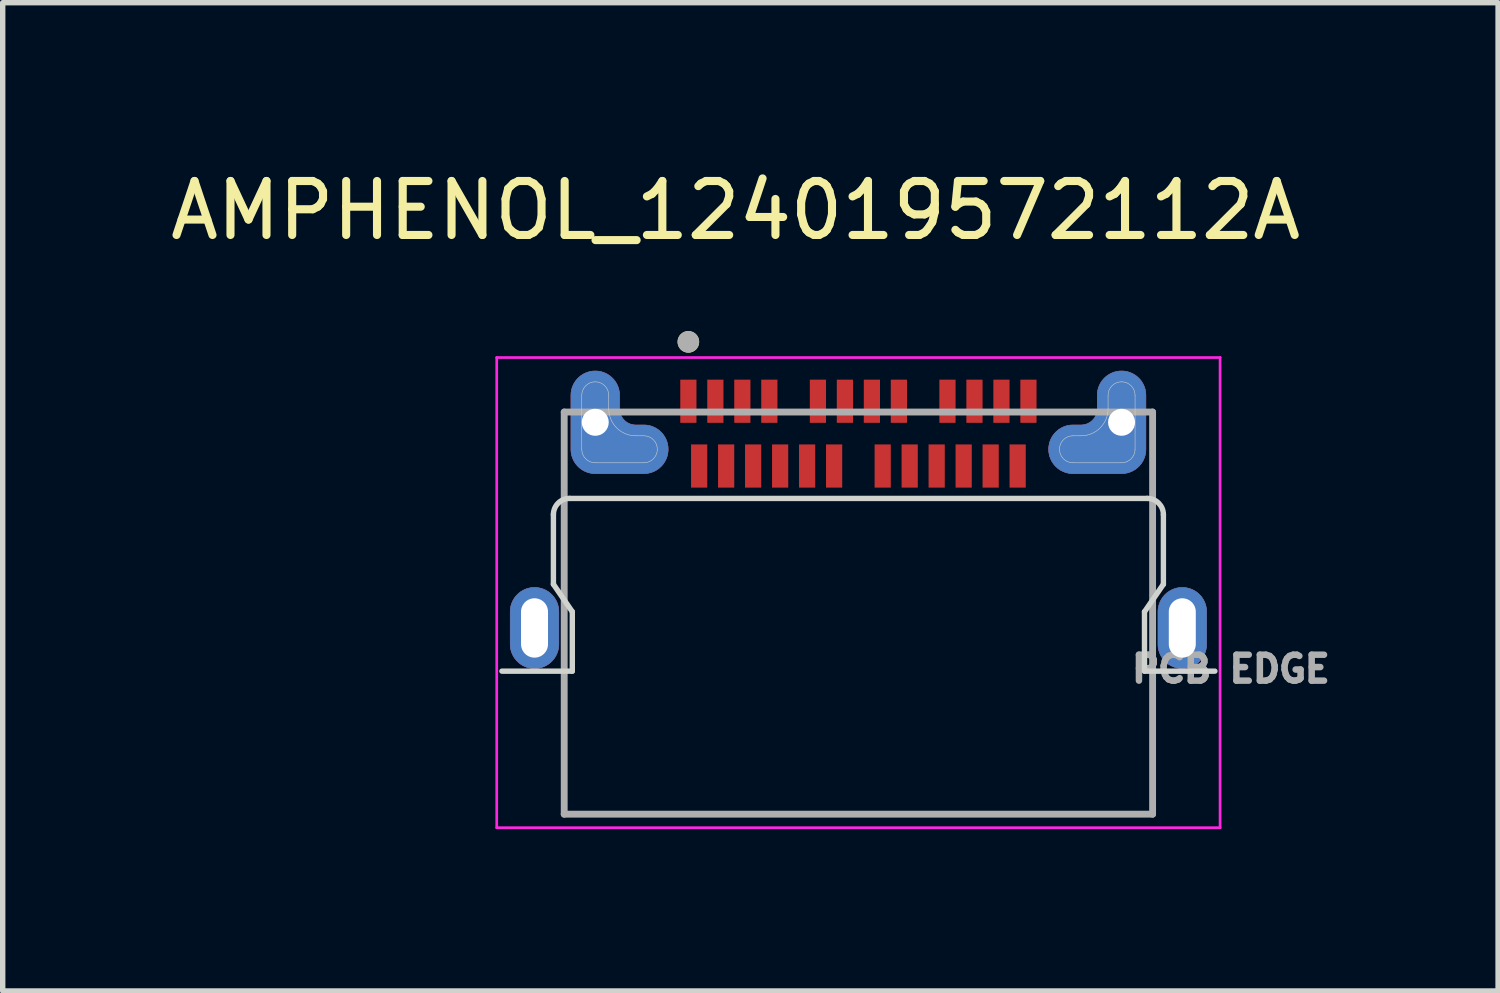
<source format=kicad_pcb>
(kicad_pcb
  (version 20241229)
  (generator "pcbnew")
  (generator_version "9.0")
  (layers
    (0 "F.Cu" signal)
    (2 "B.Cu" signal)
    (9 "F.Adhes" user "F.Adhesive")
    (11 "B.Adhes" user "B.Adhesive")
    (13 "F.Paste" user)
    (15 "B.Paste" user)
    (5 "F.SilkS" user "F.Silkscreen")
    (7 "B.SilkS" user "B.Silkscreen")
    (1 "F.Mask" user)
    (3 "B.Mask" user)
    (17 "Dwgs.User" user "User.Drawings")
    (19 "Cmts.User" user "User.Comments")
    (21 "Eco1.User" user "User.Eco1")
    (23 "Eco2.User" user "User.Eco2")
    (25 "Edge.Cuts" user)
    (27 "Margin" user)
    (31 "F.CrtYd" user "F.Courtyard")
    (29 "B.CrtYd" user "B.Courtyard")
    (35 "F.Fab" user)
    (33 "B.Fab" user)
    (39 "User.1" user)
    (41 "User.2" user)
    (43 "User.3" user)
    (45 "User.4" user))
  (footprint "AMPHENOL_124019572112A"
    (layer "F.Cu")
    (at 12.852 8.583)
    (property "Reference" "AMPHENOL_124019572112A" (at -2.275 -7.735 0) (layer "F.SilkS") (effects (font (size 1 1) (thickness 0.15))))
    (attr smd)
    (fp_poly (pts (xy -6 0.75) (xy -6.024 0.749) (xy -6.047 0.748) (xy -6.07 0.744) (xy -6.094 0.74) (xy -6.116 0.735) (xy -6.139 0.728) (xy -6.161 0.72) (xy -6.183 0.711) (xy -6.204 0.701) (xy -6.225 0.69) (xy -6.245 0.677) (xy -6.265 0.664) (xy -6.283 0.65) (xy -6.301 0.634) (xy -6.318 0.618) (xy -6.334 0.601) (xy -6.35 0.583) (xy -6.364 0.565) (xy -6.377 0.545) (xy -6.39 0.525) (xy -6.401 0.504) (xy -6.411 0.483) (xy -6.42 0.461) (xy -6.428 0.439) (xy -6.435 0.416) (xy -6.44 0.394) (xy -6.444 0.37) (xy -6.448 0.347) (xy -6.449 0.324) (xy -6.45 0.3) (xy -6.45 -0.3) (xy -6.449 -0.324) (xy -6.448 -0.347) (xy -6.444 -0.37) (xy -6.44 -0.394) (xy -6.435 -0.416) (xy -6.428 -0.439) (xy -6.42 -0.461) (xy -6.411 -0.483) (xy -6.401 -0.504) (xy -6.39 -0.525) (xy -6.377 -0.545) (xy -6.364 -0.565) (xy -6.35 -0.583) (xy -6.334 -0.601) (xy -6.318 -0.618) (xy -6.301 -0.634) (xy -6.283 -0.65) (xy -6.265 -0.664) (xy -6.245 -0.677) (xy -6.225 -0.69) (xy -6.204 -0.701) (xy -6.183 -0.711) (xy -6.161 -0.72) (xy -6.139 -0.728) (xy -6.116 -0.735) (xy -6.094 -0.74) (xy -6.07 -0.744) (xy -6.047 -0.748) (xy -6.024 -0.749) (xy -6 -0.75) (xy -5.976 -0.749) (xy -5.953 -0.748) (xy -5.93 -0.744) (xy -5.906 -0.74) (xy -5.884 -0.735) (xy -5.861 -0.728) (xy -5.839 -0.72) (xy -5.817 -0.711) (xy -5.796 -0.701) (xy -5.775 -0.69) (xy -5.755 -0.677) (xy -5.735 -0.664) (xy -5.717 -0.65) (xy -5.699 -0.634) (xy -5.682 -0.618) (xy -5.666 -0.601) (xy -5.65 -0.583) (xy -5.636 -0.565) (xy -5.623 -0.545) (xy -5.61 -0.525) (xy -5.599 -0.504) (xy -5.589 -0.483) (xy -5.58 -0.461) (xy -5.572 -0.439) (xy -5.565 -0.416) (xy -5.56 -0.394) (xy -5.556 -0.37) (xy -5.552 -0.347) (xy -5.551 -0.324) (xy -5.55 -0.3) (xy -5.55 0.3) (xy -5.551 0.324) (xy -5.552 0.347) (xy -5.556 0.37) (xy -5.56 0.394) (xy -5.565 0.416) (xy -5.572 0.439) (xy -5.58 0.461) (xy -5.589 0.483) (xy -5.599 0.504) (xy -5.61 0.525) (xy -5.623 0.545) (xy -5.636 0.565) (xy -5.65 0.583) (xy -5.666 0.601) (xy -5.682 0.618) (xy -5.699 0.634) (xy -5.717 0.65) (xy -5.735 0.664) (xy -5.755 0.677) (xy -5.775 0.69) (xy -5.796 0.701) (xy -5.817 0.711) (xy -5.839 0.72) (xy -5.861 0.728) (xy -5.884 0.735) (xy -5.906 0.74) (xy -5.93 0.744) (xy -5.953 0.748) (xy -5.976 0.749) (xy -6 0.75)) (stroke (width 0.01) (type solid)) (fill yes) (layer "F.Cu"))
    (fp_poly (pts (xy 6 0.75) (xy 5.976 0.749) (xy 5.953 0.748) (xy 5.93 0.744) (xy 5.906 0.74) (xy 5.884 0.735) (xy 5.861 0.728) (xy 5.839 0.72) (xy 5.817 0.711) (xy 5.796 0.701) (xy 5.775 0.69) (xy 5.755 0.677) (xy 5.735 0.664) (xy 5.717 0.65) (xy 5.699 0.634) (xy 5.682 0.618) (xy 5.666 0.601) (xy 5.65 0.583) (xy 5.636 0.565) (xy 5.623 0.545) (xy 5.61 0.525) (xy 5.599 0.504) (xy 5.589 0.483) (xy 5.58 0.461) (xy 5.572 0.439) (xy 5.565 0.416) (xy 5.56 0.394) (xy 5.556 0.37) (xy 5.552 0.347) (xy 5.551 0.324) (xy 5.55 0.3) (xy 5.55 -0.3) (xy 5.551 -0.324) (xy 5.552 -0.347) (xy 5.556 -0.37) (xy 5.56 -0.394) (xy 5.565 -0.416) (xy 5.572 -0.439) (xy 5.58 -0.461) (xy 5.589 -0.483) (xy 5.599 -0.504) (xy 5.61 -0.525) (xy 5.623 -0.545) (xy 5.636 -0.565) (xy 5.65 -0.583) (xy 5.666 -0.601) (xy 5.682 -0.618) (xy 5.699 -0.634) (xy 5.717 -0.65) (xy 5.735 -0.664) (xy 5.755 -0.677) (xy 5.775 -0.69) (xy 5.796 -0.701) (xy 5.817 -0.711) (xy 5.839 -0.72) (xy 5.861 -0.728) (xy 5.884 -0.735) (xy 5.906 -0.74) (xy 5.93 -0.744) (xy 5.953 -0.748) (xy 5.976 -0.749) (xy 6 -0.75) (xy 6.024 -0.749) (xy 6.047 -0.748) (xy 6.07 -0.744) (xy 6.094 -0.74) (xy 6.116 -0.735) (xy 6.139 -0.728) (xy 6.161 -0.72) (xy 6.183 -0.711) (xy 6.204 -0.701) (xy 6.225 -0.69) (xy 6.245 -0.677) (xy 6.265 -0.664) (xy 6.283 -0.65) (xy 6.301 -0.634) (xy 6.318 -0.618) (xy 6.334 -0.601) (xy 6.35 -0.583) (xy 6.364 -0.565) (xy 6.377 -0.545) (xy 6.39 -0.525) (xy 6.401 -0.504) (xy 6.411 -0.483) (xy 6.42 -0.461) (xy 6.428 -0.439) (xy 6.435 -0.416) (xy 6.44 -0.394) (xy 6.444 -0.37) (xy 6.448 -0.347) (xy 6.449 -0.324) (xy 6.45 -0.3) (xy 6.45 0.3) (xy 6.449 0.324) (xy 6.448 0.347) (xy 6.444 0.37) (xy 6.44 0.394) (xy 6.435 0.416) (xy 6.428 0.439) (xy 6.42 0.461) (xy 6.411 0.483) (xy 6.401 0.504) (xy 6.39 0.525) (xy 6.377 0.545) (xy 6.364 0.565) (xy 6.35 0.583) (xy 6.334 0.601) (xy 6.318 0.618) (xy 6.301 0.634) (xy 6.283 0.65) (xy 6.265 0.664) (xy 6.245 0.677) (xy 6.225 0.69) (xy 6.204 0.701) (xy 6.183 0.711) (xy 6.161 0.72) (xy 6.139 0.728) (xy 6.116 0.735) (xy 6.094 0.74) (xy 6.07 0.744) (xy 6.047 0.748) (xy 6.024 0.749) (xy 6 0.75)) (stroke (width 0.01) (type solid)) (fill yes) (layer "F.Cu"))
    (fp_poly (pts (xy -3.525 -3.31) (xy -3.526 -3.334) (xy -3.527 -3.357) (xy -3.531 -3.38) (xy -3.535 -3.404) (xy -3.54 -3.426) (xy -3.547 -3.449) (xy -3.555 -3.471) (xy -3.564 -3.493) (xy -3.574 -3.514) (xy -3.585 -3.535) (xy -3.598 -3.555) (xy -3.611 -3.575) (xy -3.625 -3.593) (xy -3.641 -3.611) (xy -3.657 -3.628) (xy -3.674 -3.644) (xy -3.692 -3.66) (xy -3.71 -3.674) (xy -3.73 -3.687) (xy -3.75 -3.7) (xy -3.771 -3.711) (xy -3.792 -3.721) (xy -3.814 -3.73) (xy -3.836 -3.738) (xy -3.859 -3.745) (xy -3.881 -3.75) (xy -3.905 -3.754) (xy -3.928 -3.758) (xy -3.951 -3.759) (xy -3.975 -3.76) (xy -4.125 -3.76) (xy -4.141 -3.76) (xy -4.156 -3.762) (xy -4.172 -3.764) (xy -4.187 -3.767) (xy -4.203 -3.77) (xy -4.218 -3.775) (xy -4.233 -3.78) (xy -4.247 -3.786) (xy -4.261 -3.793) (xy -4.275 -3.8) (xy -4.288 -3.808) (xy -4.301 -3.817) (xy -4.314 -3.827) (xy -4.326 -3.837) (xy -4.337 -3.848) (xy -4.348 -3.859) (xy -4.358 -3.871) (xy -4.368 -3.884) (xy -4.377 -3.897) (xy -4.385 -3.91) (xy -4.392 -3.924) (xy -4.399 -3.938) (xy -4.405 -3.952) (xy -4.41 -3.967) (xy -4.415 -3.982) (xy -4.418 -3.998) (xy -4.421 -4.013) (xy -4.423 -4.029) (xy -4.425 -4.044) (xy -4.425 -4.06) (xy -4.425 -4.31) (xy -4.426 -4.334) (xy -4.427 -4.357) (xy -4.431 -4.38) (xy -4.435 -4.404) (xy -4.44 -4.426) (xy -4.447 -4.449) (xy -4.455 -4.471) (xy -4.464 -4.493) (xy -4.474 -4.514) (xy -4.485 -4.535) (xy -4.498 -4.555) (xy -4.511 -4.575) (xy -4.525 -4.593) (xy -4.541 -4.611) (xy -4.557 -4.628) (xy -4.574 -4.644) (xy -4.592 -4.66) (xy -4.61 -4.674) (xy -4.63 -4.687) (xy -4.65 -4.7) (xy -4.671 -4.711) (xy -4.692 -4.721) (xy -4.714 -4.73) (xy -4.736 -4.738) (xy -4.759 -4.745) (xy -4.781 -4.75) (xy -4.805 -4.754) (xy -4.828 -4.758) (xy -4.851 -4.759) (xy -4.875 -4.76) (xy -4.899 -4.759) (xy -4.922 -4.758) (xy -4.945 -4.754) (xy -4.969 -4.75) (xy -4.991 -4.745) (xy -5.014 -4.738) (xy -5.036 -4.73) (xy -5.058 -4.721) (xy -5.079 -4.711) (xy -5.1 -4.7) (xy -5.12 -4.687) (xy -5.14 -4.674) (xy -5.158 -4.66) (xy -5.176 -4.644) (xy -5.193 -4.628) (xy -5.209 -4.611) (xy -5.225 -4.593) (xy -5.239 -4.575) (xy -5.252 -4.555) (xy -5.265 -4.535) (xy -5.276 -4.514) (xy -5.286 -4.493) (xy -5.295 -4.471) (xy -5.303 -4.449) (xy -5.31 -4.426) (xy -5.315 -4.404) (xy -5.319 -4.38) (xy -5.323 -4.357) (xy -5.324 -4.334) (xy -5.325 -4.31) (xy -5.325 -3.31) (xy -5.324 -3.286) (xy -5.323 -3.263) (xy -5.319 -3.24) (xy -5.315 -3.216) (xy -5.31 -3.194) (xy -5.303 -3.171) (xy -5.295 -3.149) (xy -5.286 -3.127) (xy -5.276 -3.106) (xy -5.265 -3.085) (xy -5.252 -3.065) (xy -5.239 -3.045) (xy -5.225 -3.027) (xy -5.209 -3.009) (xy -5.193 -2.992) (xy -5.176 -2.976) (xy -5.158 -2.96) (xy -5.14 -2.946) (xy -5.12 -2.933) (xy -5.1 -2.92) (xy -5.079 -2.909) (xy -5.058 -2.899) (xy -5.036 -2.89) (xy -5.014 -2.882) (xy -4.991 -2.875) (xy -4.969 -2.87) (xy -4.945 -2.866) (xy -4.922 -2.862) (xy -4.899 -2.861) (xy -4.875 -2.86) (xy -3.975 -2.86) (xy -3.951 -2.861) (xy -3.928 -2.862) (xy -3.905 -2.866) (xy -3.881 -2.87) (xy -3.859 -2.875) (xy -3.836 -2.882) (xy -3.814 -2.89) (xy -3.792 -2.899) (xy -3.771 -2.909) (xy -3.75 -2.92) (xy -3.73 -2.933) (xy -3.71 -2.946) (xy -3.692 -2.96) (xy -3.674 -2.976) (xy -3.657 -2.992) (xy -3.641 -3.009) (xy -3.625 -3.027) (xy -3.611 -3.045) (xy -3.598 -3.065) (xy -3.585 -3.085) (xy -3.574 -3.106) (xy -3.564 -3.127) (xy -3.555 -3.149) (xy -3.547 -3.171) (xy -3.54 -3.194) (xy -3.535 -3.216) (xy -3.531 -3.24) (xy -3.527 -3.263) (xy -3.526 -3.286) (xy -3.525 -3.31)) (stroke (width 0.01) (type solid)) (fill yes) (layer "F.Cu"))
    (fp_poly (pts (xy 3.525 -3.31) (xy 3.526 -3.334) (xy 3.527 -3.357) (xy 3.531 -3.38) (xy 3.535 -3.404) (xy 3.54 -3.426) (xy 3.547 -3.449) (xy 3.555 -3.471) (xy 3.564 -3.493) (xy 3.574 -3.514) (xy 3.585 -3.535) (xy 3.598 -3.555) (xy 3.611 -3.575) (xy 3.625 -3.593) (xy 3.641 -3.611) (xy 3.657 -3.628) (xy 3.674 -3.644) (xy 3.692 -3.66) (xy 3.71 -3.674) (xy 3.73 -3.687) (xy 3.75 -3.7) (xy 3.771 -3.711) (xy 3.792 -3.721) (xy 3.814 -3.73) (xy 3.836 -3.738) (xy 3.859 -3.745) (xy 3.881 -3.75) (xy 3.905 -3.754) (xy 3.928 -3.758) (xy 3.951 -3.759) (xy 3.975 -3.76) (xy 4.125 -3.76) (xy 4.141 -3.76) (xy 4.156 -3.762) (xy 4.172 -3.764) (xy 4.187 -3.767) (xy 4.203 -3.77) (xy 4.218 -3.775) (xy 4.233 -3.78) (xy 4.247 -3.786) (xy 4.261 -3.793) (xy 4.275 -3.8) (xy 4.288 -3.808) (xy 4.301 -3.817) (xy 4.314 -3.827) (xy 4.326 -3.837) (xy 4.337 -3.848) (xy 4.348 -3.859) (xy 4.358 -3.871) (xy 4.368 -3.884) (xy 4.377 -3.897) (xy 4.385 -3.91) (xy 4.392 -3.924) (xy 4.399 -3.938) (xy 4.405 -3.952) (xy 4.41 -3.967) (xy 4.415 -3.982) (xy 4.418 -3.998) (xy 4.421 -4.013) (xy 4.423 -4.029) (xy 4.425 -4.044) (xy 4.425 -4.06) (xy 4.425 -4.31) (xy 4.426 -4.334) (xy 4.427 -4.357) (xy 4.431 -4.38) (xy 4.435 -4.404) (xy 4.44 -4.426) (xy 4.447 -4.449) (xy 4.455 -4.471) (xy 4.464 -4.493) (xy 4.474 -4.514) (xy 4.485 -4.535) (xy 4.498 -4.555) (xy 4.511 -4.575) (xy 4.525 -4.593) (xy 4.541 -4.611) (xy 4.557 -4.628) (xy 4.574 -4.644) (xy 4.592 -4.66) (xy 4.61 -4.674) (xy 4.63 -4.687) (xy 4.65 -4.7) (xy 4.671 -4.711) (xy 4.692 -4.721) (xy 4.714 -4.73) (xy 4.736 -4.738) (xy 4.759 -4.745) (xy 4.781 -4.75) (xy 4.805 -4.754) (xy 4.828 -4.758) (xy 4.851 -4.759) (xy 4.875 -4.76) (xy 4.899 -4.759) (xy 4.922 -4.758) (xy 4.945 -4.754) (xy 4.969 -4.75) (xy 4.991 -4.745) (xy 5.014 -4.738) (xy 5.036 -4.73) (xy 5.058 -4.721) (xy 5.079 -4.711) (xy 5.1 -4.7) (xy 5.12 -4.687) (xy 5.14 -4.674) (xy 5.158 -4.66) (xy 5.176 -4.644) (xy 5.193 -4.628) (xy 5.209 -4.611) (xy 5.225 -4.593) (xy 5.239 -4.575) (xy 5.252 -4.555) (xy 5.265 -4.535) (xy 5.276 -4.514) (xy 5.286 -4.493) (xy 5.295 -4.471) (xy 5.303 -4.449) (xy 5.31 -4.426) (xy 5.315 -4.404) (xy 5.319 -4.38) (xy 5.323 -4.357) (xy 5.324 -4.334) (xy 5.325 -4.31) (xy 5.325 -3.31) (xy 5.324 -3.286) (xy 5.323 -3.263) (xy 5.319 -3.24) (xy 5.315 -3.216) (xy 5.31 -3.194) (xy 5.303 -3.171) (xy 5.295 -3.149) (xy 5.286 -3.127) (xy 5.276 -3.106) (xy 5.265 -3.085) (xy 5.252 -3.065) (xy 5.239 -3.045) (xy 5.225 -3.027) (xy 5.209 -3.009) (xy 5.193 -2.992) (xy 5.176 -2.976) (xy 5.158 -2.96) (xy 5.14 -2.946) (xy 5.12 -2.933) (xy 5.1 -2.92) (xy 5.079 -2.909) (xy 5.058 -2.899) (xy 5.036 -2.89) (xy 5.014 -2.882) (xy 4.991 -2.875) (xy 4.969 -2.87) (xy 4.945 -2.866) (xy 4.922 -2.862) (xy 4.899 -2.861) (xy 4.875 -2.86) (xy 3.975 -2.86) (xy 3.951 -2.861) (xy 3.928 -2.862) (xy 3.905 -2.866) (xy 3.881 -2.87) (xy 3.859 -2.875) (xy 3.836 -2.882) (xy 3.814 -2.89) (xy 3.792 -2.899) (xy 3.771 -2.909) (xy 3.75 -2.92) (xy 3.73 -2.933) (xy 3.71 -2.946) (xy 3.692 -2.96) (xy 3.674 -2.976) (xy 3.657 -2.992) (xy 3.641 -3.009) (xy 3.625 -3.027) (xy 3.611 -3.045) (xy 3.598 -3.065) (xy 3.585 -3.085) (xy 3.574 -3.106) (xy 3.564 -3.127) (xy 3.555 -3.149) (xy 3.547 -3.171) (xy 3.54 -3.194) (xy 3.535 -3.216) (xy 3.531 -3.24) (xy 3.527 -3.263) (xy 3.526 -3.286) (xy 3.525 -3.31)) (stroke (width 0.01) (type solid)) (fill yes) (layer "F.Cu"))
    (fp_poly (pts (xy -6 -0.85) (xy -5.971 -0.849) (xy -5.943 -0.847) (xy -5.914 -0.843) (xy -5.886 -0.838) (xy -5.858 -0.831) (xy -5.83 -0.823) (xy -5.803 -0.813) (xy -5.776 -0.802) (xy -5.75 -0.79) (xy -5.725 -0.776) (xy -5.7 -0.761) (xy -5.677 -0.745) (xy -5.654 -0.727) (xy -5.632 -0.709) (xy -5.611 -0.689) (xy -5.591 -0.668) (xy -5.573 -0.646) (xy -5.555 -0.623) (xy -5.539 -0.6) (xy -5.524 -0.575) (xy -5.51 -0.55) (xy -5.498 -0.524) (xy -5.487 -0.497) (xy -5.477 -0.47) (xy -5.469 -0.442) (xy -5.462 -0.414) (xy -5.457 -0.386) (xy -5.453 -0.357) (xy -5.451 -0.329) (xy -5.45 -0.3) (xy -5.45 0.3) (xy -5.451 0.329) (xy -5.453 0.357) (xy -5.457 0.386) (xy -5.462 0.414) (xy -5.469 0.442) (xy -5.477 0.47) (xy -5.487 0.497) (xy -5.498 0.524) (xy -5.51 0.55) (xy -5.524 0.575) (xy -5.539 0.6) (xy -5.555 0.623) (xy -5.573 0.646) (xy -5.591 0.668) (xy -5.611 0.689) (xy -5.632 0.709) (xy -5.654 0.727) (xy -5.677 0.745) (xy -5.7 0.761) (xy -5.725 0.776) (xy -5.75 0.79) (xy -5.776 0.802) (xy -5.803 0.813) (xy -5.83 0.823) (xy -5.858 0.831) (xy -5.886 0.838) (xy -5.914 0.843) (xy -5.943 0.847) (xy -5.971 0.849) (xy -6 0.85) (xy -6.029 0.849) (xy -6.057 0.847) (xy -6.086 0.843) (xy -6.114 0.838) (xy -6.142 0.831) (xy -6.17 0.823) (xy -6.197 0.813) (xy -6.224 0.802) (xy -6.25 0.79) (xy -6.275 0.776) (xy -6.3 0.761) (xy -6.323 0.745) (xy -6.346 0.727) (xy -6.368 0.709) (xy -6.389 0.689) (xy -6.409 0.668) (xy -6.427 0.646) (xy -6.445 0.623) (xy -6.461 0.6) (xy -6.476 0.575) (xy -6.49 0.55) (xy -6.502 0.524) (xy -6.513 0.497) (xy -6.523 0.47) (xy -6.531 0.442) (xy -6.538 0.414) (xy -6.543 0.386) (xy -6.547 0.357) (xy -6.549 0.329) (xy -6.55 0.3) (xy -6.55 -0.3) (xy -6.549 -0.329) (xy -6.547 -0.357) (xy -6.543 -0.386) (xy -6.538 -0.414) (xy -6.531 -0.442) (xy -6.523 -0.47) (xy -6.513 -0.497) (xy -6.502 -0.524) (xy -6.49 -0.55) (xy -6.476 -0.575) (xy -6.461 -0.6) (xy -6.445 -0.623) (xy -6.427 -0.646) (xy -6.409 -0.668) (xy -6.389 -0.689) (xy -6.368 -0.709) (xy -6.346 -0.727) (xy -6.323 -0.745) (xy -6.3 -0.761) (xy -6.275 -0.776) (xy -6.25 -0.79) (xy -6.224 -0.802) (xy -6.197 -0.813) (xy -6.17 -0.823) (xy -6.142 -0.831) (xy -6.114 -0.838) (xy -6.086 -0.843) (xy -6.057 -0.847) (xy -6.029 -0.849) (xy -6 -0.85)) (stroke (width 0.01) (type solid)) (fill yes) (layer "F.Mask"))
    (fp_poly (pts (xy 6 -0.85) (xy 6.029 -0.849) (xy 6.057 -0.847) (xy 6.086 -0.843) (xy 6.114 -0.838) (xy 6.142 -0.831) (xy 6.17 -0.823) (xy 6.197 -0.813) (xy 6.224 -0.802) (xy 6.25 -0.79) (xy 6.275 -0.776) (xy 6.3 -0.761) (xy 6.323 -0.745) (xy 6.346 -0.727) (xy 6.368 -0.709) (xy 6.389 -0.689) (xy 6.409 -0.668) (xy 6.427 -0.646) (xy 6.445 -0.623) (xy 6.461 -0.6) (xy 6.476 -0.575) (xy 6.49 -0.55) (xy 6.502 -0.524) (xy 6.513 -0.497) (xy 6.523 -0.47) (xy 6.531 -0.442) (xy 6.538 -0.414) (xy 6.543 -0.386) (xy 6.547 -0.357) (xy 6.549 -0.329) (xy 6.55 -0.3) (xy 6.55 0.3) (xy 6.549 0.329) (xy 6.547 0.357) (xy 6.543 0.386) (xy 6.538 0.414) (xy 6.531 0.442) (xy 6.523 0.47) (xy 6.513 0.497) (xy 6.502 0.524) (xy 6.49 0.55) (xy 6.476 0.575) (xy 6.461 0.6) (xy 6.445 0.623) (xy 6.427 0.646) (xy 6.409 0.668) (xy 6.389 0.689) (xy 6.368 0.709) (xy 6.346 0.727) (xy 6.323 0.745) (xy 6.3 0.761) (xy 6.275 0.776) (xy 6.25 0.79) (xy 6.224 0.802) (xy 6.197 0.813) (xy 6.17 0.823) (xy 6.142 0.831) (xy 6.114 0.838) (xy 6.086 0.843) (xy 6.057 0.847) (xy 6.029 0.849) (xy 6 0.85) (xy 5.971 0.849) (xy 5.943 0.847) (xy 5.914 0.843) (xy 5.886 0.838) (xy 5.858 0.831) (xy 5.83 0.823) (xy 5.803 0.813) (xy 5.776 0.802) (xy 5.75 0.79) (xy 5.725 0.776) (xy 5.7 0.761) (xy 5.677 0.745) (xy 5.654 0.727) (xy 5.632 0.709) (xy 5.611 0.689) (xy 5.591 0.668) (xy 5.573 0.646) (xy 5.555 0.623) (xy 5.539 0.6) (xy 5.524 0.575) (xy 5.51 0.55) (xy 5.498 0.524) (xy 5.487 0.497) (xy 5.477 0.47) (xy 5.469 0.442) (xy 5.462 0.414) (xy 5.457 0.386) (xy 5.453 0.357) (xy 5.451 0.329) (xy 5.45 0.3) (xy 5.45 -0.3) (xy 5.451 -0.329) (xy 5.453 -0.357) (xy 5.457 -0.386) (xy 5.462 -0.414) (xy 5.469 -0.442) (xy 5.477 -0.47) (xy 5.487 -0.497) (xy 5.498 -0.524) (xy 5.51 -0.55) (xy 5.524 -0.575) (xy 5.539 -0.6) (xy 5.555 -0.623) (xy 5.573 -0.646) (xy 5.591 -0.668) (xy 5.611 -0.689) (xy 5.632 -0.709) (xy 5.654 -0.727) (xy 5.677 -0.745) (xy 5.7 -0.761) (xy 5.725 -0.776) (xy 5.75 -0.79) (xy 5.776 -0.802) (xy 5.803 -0.813) (xy 5.83 -0.823) (xy 5.858 -0.831) (xy 5.886 -0.838) (xy 5.914 -0.843) (xy 5.943 -0.847) (xy 5.971 -0.849) (xy 6 -0.85)) (stroke (width 0.01) (type solid)) (fill yes) (layer "F.Mask"))
    (fp_poly (pts (xy -3.425 -3.31) (xy -3.426 -3.339) (xy -3.428 -3.367) (xy -3.432 -3.396) (xy -3.437 -3.424) (xy -3.444 -3.452) (xy -3.452 -3.48) (xy -3.462 -3.507) (xy -3.473 -3.534) (xy -3.485 -3.56) (xy -3.499 -3.585) (xy -3.514 -3.61) (xy -3.53 -3.633) (xy -3.548 -3.656) (xy -3.566 -3.678) (xy -3.586 -3.699) (xy -3.607 -3.719) (xy -3.629 -3.737) (xy -3.652 -3.755) (xy -3.675 -3.771) (xy -3.7 -3.786) (xy -3.725 -3.8) (xy -3.751 -3.812) (xy -3.778 -3.823) (xy -3.805 -3.833) (xy -3.833 -3.841) (xy -3.861 -3.848) (xy -3.889 -3.853) (xy -3.918 -3.857) (xy -3.946 -3.859) (xy -3.975 -3.86) (xy -4.125 -3.86) (xy -4.135 -3.86) (xy -4.146 -3.861) (xy -4.156 -3.862) (xy -4.167 -3.864) (xy -4.177 -3.867) (xy -4.187 -3.87) (xy -4.197 -3.873) (xy -4.206 -3.877) (xy -4.216 -3.882) (xy -4.225 -3.887) (xy -4.234 -3.892) (xy -4.243 -3.898) (xy -4.251 -3.905) (xy -4.259 -3.911) (xy -4.266 -3.919) (xy -4.274 -3.926) (xy -4.28 -3.934) (xy -4.287 -3.942) (xy -4.293 -3.951) (xy -4.298 -3.96) (xy -4.303 -3.969) (xy -4.308 -3.979) (xy -4.312 -3.988) (xy -4.315 -3.998) (xy -4.318 -4.008) (xy -4.321 -4.018) (xy -4.323 -4.029) (xy -4.324 -4.039) (xy -4.325 -4.05) (xy -4.325 -4.06) (xy -4.325 -4.31) (xy -4.326 -4.339) (xy -4.328 -4.367) (xy -4.332 -4.396) (xy -4.337 -4.424) (xy -4.344 -4.452) (xy -4.352 -4.48) (xy -4.362 -4.507) (xy -4.373 -4.534) (xy -4.385 -4.56) (xy -4.399 -4.585) (xy -4.414 -4.61) (xy -4.43 -4.633) (xy -4.448 -4.656) (xy -4.466 -4.678) (xy -4.486 -4.699) (xy -4.507 -4.719) (xy -4.529 -4.737) (xy -4.552 -4.755) (xy -4.575 -4.771) (xy -4.6 -4.786) (xy -4.625 -4.8) (xy -4.651 -4.812) (xy -4.678 -4.823) (xy -4.705 -4.833) (xy -4.733 -4.841) (xy -4.761 -4.848) (xy -4.789 -4.853) (xy -4.818 -4.857) (xy -4.846 -4.859) (xy -4.875 -4.86) (xy -4.904 -4.859) (xy -4.932 -4.857) (xy -4.961 -4.853) (xy -4.989 -4.848) (xy -5.017 -4.841) (xy -5.045 -4.833) (xy -5.072 -4.823) (xy -5.099 -4.812) (xy -5.125 -4.8) (xy -5.15 -4.786) (xy -5.175 -4.771) (xy -5.198 -4.755) (xy -5.221 -4.737) (xy -5.243 -4.719) (xy -5.264 -4.699) (xy -5.284 -4.678) (xy -5.302 -4.656) (xy -5.32 -4.633) (xy -5.336 -4.61) (xy -5.351 -4.585) (xy -5.365 -4.56) (xy -5.377 -4.534) (xy -5.388 -4.507) (xy -5.398 -4.48) (xy -5.406 -4.452) (xy -5.413 -4.424) (xy -5.418 -4.396) (xy -5.422 -4.367) (xy -5.424 -4.339) (xy -5.425 -4.31) (xy -5.425 -3.31) (xy -5.424 -3.281) (xy -5.422 -3.253) (xy -5.418 -3.224) (xy -5.413 -3.196) (xy -5.406 -3.168) (xy -5.398 -3.14) (xy -5.388 -3.113) (xy -5.377 -3.086) (xy -5.365 -3.06) (xy -5.351 -3.035) (xy -5.336 -3.01) (xy -5.32 -2.987) (xy -5.302 -2.964) (xy -5.284 -2.942) (xy -5.264 -2.921) (xy -5.243 -2.901) (xy -5.221 -2.883) (xy -5.198 -2.865) (xy -5.175 -2.849) (xy -5.15 -2.834) (xy -5.125 -2.82) (xy -5.099 -2.808) (xy -5.072 -2.797) (xy -5.045 -2.787) (xy -5.017 -2.779) (xy -4.989 -2.772) (xy -4.961 -2.767) (xy -4.932 -2.763) (xy -4.904 -2.761) (xy -4.875 -2.76) (xy -3.975 -2.76) (xy -3.946 -2.761) (xy -3.918 -2.763) (xy -3.889 -2.767) (xy -3.861 -2.772) (xy -3.833 -2.779) (xy -3.805 -2.787) (xy -3.778 -2.797) (xy -3.751 -2.808) (xy -3.725 -2.82) (xy -3.7 -2.834) (xy -3.675 -2.849) (xy -3.652 -2.865) (xy -3.629 -2.883) (xy -3.607 -2.901) (xy -3.586 -2.921) (xy -3.566 -2.942) (xy -3.548 -2.964) (xy -3.53 -2.987) (xy -3.514 -3.01) (xy -3.499 -3.035) (xy -3.485 -3.06) (xy -3.473 -3.086) (xy -3.462 -3.113) (xy -3.452 -3.14) (xy -3.444 -3.168) (xy -3.437 -3.196) (xy -3.432 -3.224) (xy -3.428 -3.253) (xy -3.426 -3.281) (xy -3.425 -3.31)) (stroke (width 0.01) (type solid)) (fill yes) (layer "F.Mask"))
    (fp_poly (pts (xy 3.425 -3.31) (xy 3.426 -3.339) (xy 3.428 -3.367) (xy 3.432 -3.396) (xy 3.437 -3.424) (xy 3.444 -3.452) (xy 3.452 -3.48) (xy 3.462 -3.507) (xy 3.473 -3.534) (xy 3.485 -3.56) (xy 3.499 -3.585) (xy 3.514 -3.61) (xy 3.53 -3.633) (xy 3.548 -3.656) (xy 3.566 -3.678) (xy 3.586 -3.699) (xy 3.607 -3.719) (xy 3.629 -3.737) (xy 3.652 -3.755) (xy 3.675 -3.771) (xy 3.7 -3.786) (xy 3.725 -3.8) (xy 3.751 -3.812) (xy 3.778 -3.823) (xy 3.805 -3.833) (xy 3.833 -3.841) (xy 3.861 -3.848) (xy 3.889 -3.853) (xy 3.918 -3.857) (xy 3.946 -3.859) (xy 3.975 -3.86) (xy 4.125 -3.86) (xy 4.135 -3.86) (xy 4.146 -3.861) (xy 4.156 -3.862) (xy 4.167 -3.864) (xy 4.177 -3.867) (xy 4.187 -3.87) (xy 4.197 -3.873) (xy 4.206 -3.877) (xy 4.216 -3.882) (xy 4.225 -3.887) (xy 4.234 -3.892) (xy 4.243 -3.898) (xy 4.251 -3.905) (xy 4.259 -3.911) (xy 4.266 -3.919) (xy 4.274 -3.926) (xy 4.28 -3.934) (xy 4.287 -3.942) (xy 4.293 -3.951) (xy 4.298 -3.96) (xy 4.303 -3.969) (xy 4.308 -3.979) (xy 4.312 -3.988) (xy 4.315 -3.998) (xy 4.318 -4.008) (xy 4.321 -4.018) (xy 4.323 -4.029) (xy 4.324 -4.039) (xy 4.325 -4.05) (xy 4.325 -4.06) (xy 4.325 -4.31) (xy 4.326 -4.339) (xy 4.328 -4.367) (xy 4.332 -4.396) (xy 4.337 -4.424) (xy 4.344 -4.452) (xy 4.352 -4.48) (xy 4.362 -4.507) (xy 4.373 -4.534) (xy 4.385 -4.56) (xy 4.399 -4.585) (xy 4.414 -4.61) (xy 4.43 -4.633) (xy 4.448 -4.656) (xy 4.466 -4.678) (xy 4.486 -4.699) (xy 4.507 -4.719) (xy 4.529 -4.737) (xy 4.552 -4.755) (xy 4.575 -4.771) (xy 4.6 -4.786) (xy 4.625 -4.8) (xy 4.651 -4.812) (xy 4.678 -4.823) (xy 4.705 -4.833) (xy 4.733 -4.841) (xy 4.761 -4.848) (xy 4.789 -4.853) (xy 4.818 -4.857) (xy 4.846 -4.859) (xy 4.875 -4.86) (xy 4.904 -4.859) (xy 4.932 -4.857) (xy 4.961 -4.853) (xy 4.989 -4.848) (xy 5.017 -4.841) (xy 5.045 -4.833) (xy 5.072 -4.823) (xy 5.099 -4.812) (xy 5.125 -4.8) (xy 5.15 -4.786) (xy 5.175 -4.771) (xy 5.198 -4.755) (xy 5.221 -4.737) (xy 5.243 -4.719) (xy 5.264 -4.699) (xy 5.284 -4.678) (xy 5.302 -4.656) (xy 5.32 -4.633) (xy 5.336 -4.61) (xy 5.351 -4.585) (xy 5.365 -4.56) (xy 5.377 -4.534) (xy 5.388 -4.507) (xy 5.398 -4.48) (xy 5.406 -4.452) (xy 5.413 -4.424) (xy 5.418 -4.396) (xy 5.422 -4.367) (xy 5.424 -4.339) (xy 5.425 -4.31) (xy 5.425 -3.31) (xy 5.424 -3.281) (xy 5.422 -3.253) (xy 5.418 -3.224) (xy 5.413 -3.196) (xy 5.406 -3.168) (xy 5.398 -3.14) (xy 5.388 -3.113) (xy 5.377 -3.086) (xy 5.365 -3.06) (xy 5.351 -3.035) (xy 5.336 -3.01) (xy 5.32 -2.987) (xy 5.302 -2.964) (xy 5.284 -2.942) (xy 5.264 -2.921) (xy 5.243 -2.901) (xy 5.221 -2.883) (xy 5.198 -2.865) (xy 5.175 -2.849) (xy 5.15 -2.834) (xy 5.125 -2.82) (xy 5.099 -2.808) (xy 5.072 -2.797) (xy 5.045 -2.787) (xy 5.017 -2.779) (xy 4.989 -2.772) (xy 4.961 -2.767) (xy 4.932 -2.763) (xy 4.904 -2.761) (xy 4.875 -2.76) (xy 3.975 -2.76) (xy 3.946 -2.761) (xy 3.918 -2.763) (xy 3.889 -2.767) (xy 3.861 -2.772) (xy 3.833 -2.779) (xy 3.805 -2.787) (xy 3.778 -2.797) (xy 3.751 -2.808) (xy 3.725 -2.82) (xy 3.7 -2.834) (xy 3.675 -2.849) (xy 3.652 -2.865) (xy 3.629 -2.883) (xy 3.607 -2.901) (xy 3.586 -2.921) (xy 3.566 -2.942) (xy 3.548 -2.964) (xy 3.53 -2.987) (xy 3.514 -3.01) (xy 3.499 -3.035) (xy 3.485 -3.06) (xy 3.473 -3.086) (xy 3.462 -3.113) (xy 3.452 -3.14) (xy 3.444 -3.168) (xy 3.437 -3.196) (xy 3.432 -3.224) (xy 3.428 -3.253) (xy 3.426 -3.281) (xy 3.425 -3.31)) (stroke (width 0.01) (type solid)) (fill yes) (layer "F.Mask"))
    (fp_poly (pts (xy -6 0.75) (xy -6.024 0.749) (xy -6.047 0.748) (xy -6.07 0.744) (xy -6.094 0.74) (xy -6.116 0.735) (xy -6.139 0.728) (xy -6.161 0.72) (xy -6.183 0.711) (xy -6.204 0.701) (xy -6.225 0.69) (xy -6.245 0.677) (xy -6.265 0.664) (xy -6.283 0.65) (xy -6.301 0.634) (xy -6.318 0.618) (xy -6.334 0.601) (xy -6.35 0.583) (xy -6.364 0.565) (xy -6.377 0.545) (xy -6.39 0.525) (xy -6.401 0.504) (xy -6.411 0.483) (xy -6.42 0.461) (xy -6.428 0.439) (xy -6.435 0.416) (xy -6.44 0.394) (xy -6.444 0.37) (xy -6.448 0.347) (xy -6.449 0.324) (xy -6.45 0.3) (xy -6.45 -0.3) (xy -6.449 -0.324) (xy -6.448 -0.347) (xy -6.444 -0.37) (xy -6.44 -0.394) (xy -6.435 -0.416) (xy -6.428 -0.439) (xy -6.42 -0.461) (xy -6.411 -0.483) (xy -6.401 -0.504) (xy -6.39 -0.525) (xy -6.377 -0.545) (xy -6.364 -0.565) (xy -6.35 -0.583) (xy -6.334 -0.601) (xy -6.318 -0.618) (xy -6.301 -0.634) (xy -6.283 -0.65) (xy -6.265 -0.664) (xy -6.245 -0.677) (xy -6.225 -0.69) (xy -6.204 -0.701) (xy -6.183 -0.711) (xy -6.161 -0.72) (xy -6.139 -0.728) (xy -6.116 -0.735) (xy -6.094 -0.74) (xy -6.07 -0.744) (xy -6.047 -0.748) (xy -6.024 -0.749) (xy -6 -0.75) (xy -5.976 -0.749) (xy -5.953 -0.748) (xy -5.93 -0.744) (xy -5.906 -0.74) (xy -5.884 -0.735) (xy -5.861 -0.728) (xy -5.839 -0.72) (xy -5.817 -0.711) (xy -5.796 -0.701) (xy -5.775 -0.69) (xy -5.755 -0.677) (xy -5.735 -0.664) (xy -5.717 -0.65) (xy -5.699 -0.634) (xy -5.682 -0.618) (xy -5.666 -0.601) (xy -5.65 -0.583) (xy -5.636 -0.565) (xy -5.623 -0.545) (xy -5.61 -0.525) (xy -5.599 -0.504) (xy -5.589 -0.483) (xy -5.58 -0.461) (xy -5.572 -0.439) (xy -5.565 -0.416) (xy -5.56 -0.394) (xy -5.556 -0.37) (xy -5.552 -0.347) (xy -5.551 -0.324) (xy -5.55 -0.3) (xy -5.55 0.3) (xy -5.551 0.324) (xy -5.552 0.347) (xy -5.556 0.37) (xy -5.56 0.394) (xy -5.565 0.416) (xy -5.572 0.439) (xy -5.58 0.461) (xy -5.589 0.483) (xy -5.599 0.504) (xy -5.61 0.525) (xy -5.623 0.545) (xy -5.636 0.565) (xy -5.65 0.583) (xy -5.666 0.601) (xy -5.682 0.618) (xy -5.699 0.634) (xy -5.717 0.65) (xy -5.735 0.664) (xy -5.755 0.677) (xy -5.775 0.69) (xy -5.796 0.701) (xy -5.817 0.711) (xy -5.839 0.72) (xy -5.861 0.728) (xy -5.884 0.735) (xy -5.906 0.74) (xy -5.93 0.744) (xy -5.953 0.748) (xy -5.976 0.749) (xy -6 0.75)) (stroke (width 0.01) (type solid)) (fill yes) (layer "B.Cu"))
    (fp_poly (pts (xy 6 0.75) (xy 5.976 0.749) (xy 5.953 0.748) (xy 5.93 0.744) (xy 5.906 0.74) (xy 5.884 0.735) (xy 5.861 0.728) (xy 5.839 0.72) (xy 5.817 0.711) (xy 5.796 0.701) (xy 5.775 0.69) (xy 5.755 0.677) (xy 5.735 0.664) (xy 5.717 0.65) (xy 5.699 0.634) (xy 5.682 0.618) (xy 5.666 0.601) (xy 5.65 0.583) (xy 5.636 0.565) (xy 5.623 0.545) (xy 5.61 0.525) (xy 5.599 0.504) (xy 5.589 0.483) (xy 5.58 0.461) (xy 5.572 0.439) (xy 5.565 0.416) (xy 5.56 0.394) (xy 5.556 0.37) (xy 5.552 0.347) (xy 5.551 0.324) (xy 5.55 0.3) (xy 5.55 -0.3) (xy 5.551 -0.324) (xy 5.552 -0.347) (xy 5.556 -0.37) (xy 5.56 -0.394) (xy 5.565 -0.416) (xy 5.572 -0.439) (xy 5.58 -0.461) (xy 5.589 -0.483) (xy 5.599 -0.504) (xy 5.61 -0.525) (xy 5.623 -0.545) (xy 5.636 -0.565) (xy 5.65 -0.583) (xy 5.666 -0.601) (xy 5.682 -0.618) (xy 5.699 -0.634) (xy 5.717 -0.65) (xy 5.735 -0.664) (xy 5.755 -0.677) (xy 5.775 -0.69) (xy 5.796 -0.701) (xy 5.817 -0.711) (xy 5.839 -0.72) (xy 5.861 -0.728) (xy 5.884 -0.735) (xy 5.906 -0.74) (xy 5.93 -0.744) (xy 5.953 -0.748) (xy 5.976 -0.749) (xy 6 -0.75) (xy 6.024 -0.749) (xy 6.047 -0.748) (xy 6.07 -0.744) (xy 6.094 -0.74) (xy 6.116 -0.735) (xy 6.139 -0.728) (xy 6.161 -0.72) (xy 6.183 -0.711) (xy 6.204 -0.701) (xy 6.225 -0.69) (xy 6.245 -0.677) (xy 6.265 -0.664) (xy 6.283 -0.65) (xy 6.301 -0.634) (xy 6.318 -0.618) (xy 6.334 -0.601) (xy 6.35 -0.583) (xy 6.364 -0.565) (xy 6.377 -0.545) (xy 6.39 -0.525) (xy 6.401 -0.504) (xy 6.411 -0.483) (xy 6.42 -0.461) (xy 6.428 -0.439) (xy 6.435 -0.416) (xy 6.44 -0.394) (xy 6.444 -0.37) (xy 6.448 -0.347) (xy 6.449 -0.324) (xy 6.45 -0.3) (xy 6.45 0.3) (xy 6.449 0.324) (xy 6.448 0.347) (xy 6.444 0.37) (xy 6.44 0.394) (xy 6.435 0.416) (xy 6.428 0.439) (xy 6.42 0.461) (xy 6.411 0.483) (xy 6.401 0.504) (xy 6.39 0.525) (xy 6.377 0.545) (xy 6.364 0.565) (xy 6.35 0.583) (xy 6.334 0.601) (xy 6.318 0.618) (xy 6.301 0.634) (xy 6.283 0.65) (xy 6.265 0.664) (xy 6.245 0.677) (xy 6.225 0.69) (xy 6.204 0.701) (xy 6.183 0.711) (xy 6.161 0.72) (xy 6.139 0.728) (xy 6.116 0.735) (xy 6.094 0.74) (xy 6.07 0.744) (xy 6.047 0.748) (xy 6.024 0.749) (xy 6 0.75)) (stroke (width 0.01) (type solid)) (fill yes) (layer "B.Cu"))
    (fp_poly (pts (xy -3.525 -3.31) (xy -3.526 -3.334) (xy -3.527 -3.357) (xy -3.531 -3.38) (xy -3.535 -3.404) (xy -3.54 -3.426) (xy -3.547 -3.449) (xy -3.555 -3.471) (xy -3.564 -3.493) (xy -3.574 -3.514) (xy -3.585 -3.535) (xy -3.598 -3.555) (xy -3.611 -3.575) (xy -3.625 -3.593) (xy -3.641 -3.611) (xy -3.657 -3.628) (xy -3.674 -3.644) (xy -3.692 -3.66) (xy -3.71 -3.674) (xy -3.73 -3.687) (xy -3.75 -3.7) (xy -3.771 -3.711) (xy -3.792 -3.721) (xy -3.814 -3.73) (xy -3.836 -3.738) (xy -3.859 -3.745) (xy -3.881 -3.75) (xy -3.905 -3.754) (xy -3.928 -3.758) (xy -3.951 -3.759) (xy -3.975 -3.76) (xy -4.125 -3.76) (xy -4.141 -3.76) (xy -4.156 -3.762) (xy -4.172 -3.764) (xy -4.187 -3.767) (xy -4.203 -3.77) (xy -4.218 -3.775) (xy -4.233 -3.78) (xy -4.247 -3.786) (xy -4.261 -3.793) (xy -4.275 -3.8) (xy -4.288 -3.808) (xy -4.301 -3.817) (xy -4.314 -3.827) (xy -4.326 -3.837) (xy -4.337 -3.848) (xy -4.348 -3.859) (xy -4.358 -3.871) (xy -4.368 -3.884) (xy -4.377 -3.897) (xy -4.385 -3.91) (xy -4.392 -3.924) (xy -4.399 -3.938) (xy -4.405 -3.952) (xy -4.41 -3.967) (xy -4.415 -3.982) (xy -4.418 -3.998) (xy -4.421 -4.013) (xy -4.423 -4.029) (xy -4.425 -4.044) (xy -4.425 -4.06) (xy -4.425 -4.31) (xy -4.426 -4.334) (xy -4.427 -4.357) (xy -4.431 -4.38) (xy -4.435 -4.404) (xy -4.44 -4.426) (xy -4.447 -4.449) (xy -4.455 -4.471) (xy -4.464 -4.493) (xy -4.474 -4.514) (xy -4.485 -4.535) (xy -4.498 -4.555) (xy -4.511 -4.575) (xy -4.525 -4.593) (xy -4.541 -4.611) (xy -4.557 -4.628) (xy -4.574 -4.644) (xy -4.592 -4.66) (xy -4.61 -4.674) (xy -4.63 -4.687) (xy -4.65 -4.7) (xy -4.671 -4.711) (xy -4.692 -4.721) (xy -4.714 -4.73) (xy -4.736 -4.738) (xy -4.759 -4.745) (xy -4.781 -4.75) (xy -4.805 -4.754) (xy -4.828 -4.758) (xy -4.851 -4.759) (xy -4.875 -4.76) (xy -4.899 -4.759) (xy -4.922 -4.758) (xy -4.945 -4.754) (xy -4.969 -4.75) (xy -4.991 -4.745) (xy -5.014 -4.738) (xy -5.036 -4.73) (xy -5.058 -4.721) (xy -5.079 -4.711) (xy -5.1 -4.7) (xy -5.12 -4.687) (xy -5.14 -4.674) (xy -5.158 -4.66) (xy -5.176 -4.644) (xy -5.193 -4.628) (xy -5.209 -4.611) (xy -5.225 -4.593) (xy -5.239 -4.575) (xy -5.252 -4.555) (xy -5.265 -4.535) (xy -5.276 -4.514) (xy -5.286 -4.493) (xy -5.295 -4.471) (xy -5.303 -4.449) (xy -5.31 -4.426) (xy -5.315 -4.404) (xy -5.319 -4.38) (xy -5.323 -4.357) (xy -5.324 -4.334) (xy -5.325 -4.31) (xy -5.325 -3.31) (xy -5.324 -3.286) (xy -5.323 -3.263) (xy -5.319 -3.24) (xy -5.315 -3.216) (xy -5.31 -3.194) (xy -5.303 -3.171) (xy -5.295 -3.149) (xy -5.286 -3.127) (xy -5.276 -3.106) (xy -5.265 -3.085) (xy -5.252 -3.065) (xy -5.239 -3.045) (xy -5.225 -3.027) (xy -5.209 -3.009) (xy -5.193 -2.992) (xy -5.176 -2.976) (xy -5.158 -2.96) (xy -5.14 -2.946) (xy -5.12 -2.933) (xy -5.1 -2.92) (xy -5.079 -2.909) (xy -5.058 -2.899) (xy -5.036 -2.89) (xy -5.014 -2.882) (xy -4.991 -2.875) (xy -4.969 -2.87) (xy -4.945 -2.866) (xy -4.922 -2.862) (xy -4.899 -2.861) (xy -4.875 -2.86) (xy -3.975 -2.86) (xy -3.951 -2.861) (xy -3.928 -2.862) (xy -3.905 -2.866) (xy -3.881 -2.87) (xy -3.859 -2.875) (xy -3.836 -2.882) (xy -3.814 -2.89) (xy -3.792 -2.899) (xy -3.771 -2.909) (xy -3.75 -2.92) (xy -3.73 -2.933) (xy -3.71 -2.946) (xy -3.692 -2.96) (xy -3.674 -2.976) (xy -3.657 -2.992) (xy -3.641 -3.009) (xy -3.625 -3.027) (xy -3.611 -3.045) (xy -3.598 -3.065) (xy -3.585 -3.085) (xy -3.574 -3.106) (xy -3.564 -3.127) (xy -3.555 -3.149) (xy -3.547 -3.171) (xy -3.54 -3.194) (xy -3.535 -3.216) (xy -3.531 -3.24) (xy -3.527 -3.263) (xy -3.526 -3.286) (xy -3.525 -3.31)) (stroke (width 0.01) (type solid)) (fill yes) (layer "B.Cu"))
    (fp_poly (pts (xy 3.525 -3.31) (xy 3.526 -3.334) (xy 3.527 -3.357) (xy 3.531 -3.38) (xy 3.535 -3.404) (xy 3.54 -3.426) (xy 3.547 -3.449) (xy 3.555 -3.471) (xy 3.564 -3.493) (xy 3.574 -3.514) (xy 3.585 -3.535) (xy 3.598 -3.555) (xy 3.611 -3.575) (xy 3.625 -3.593) (xy 3.641 -3.611) (xy 3.657 -3.628) (xy 3.674 -3.644) (xy 3.692 -3.66) (xy 3.71 -3.674) (xy 3.73 -3.687) (xy 3.75 -3.7) (xy 3.771 -3.711) (xy 3.792 -3.721) (xy 3.814 -3.73) (xy 3.836 -3.738) (xy 3.859 -3.745) (xy 3.881 -3.75) (xy 3.905 -3.754) (xy 3.928 -3.758) (xy 3.951 -3.759) (xy 3.975 -3.76) (xy 4.125 -3.76) (xy 4.141 -3.76) (xy 4.156 -3.762) (xy 4.172 -3.764) (xy 4.187 -3.767) (xy 4.203 -3.77) (xy 4.218 -3.775) (xy 4.233 -3.78) (xy 4.247 -3.786) (xy 4.261 -3.793) (xy 4.275 -3.8) (xy 4.288 -3.808) (xy 4.301 -3.817) (xy 4.314 -3.827) (xy 4.326 -3.837) (xy 4.337 -3.848) (xy 4.348 -3.859) (xy 4.358 -3.871) (xy 4.368 -3.884) (xy 4.377 -3.897) (xy 4.385 -3.91) (xy 4.392 -3.924) (xy 4.399 -3.938) (xy 4.405 -3.952) (xy 4.41 -3.967) (xy 4.415 -3.982) (xy 4.418 -3.998) (xy 4.421 -4.013) (xy 4.423 -4.029) (xy 4.425 -4.044) (xy 4.425 -4.06) (xy 4.425 -4.31) (xy 4.426 -4.334) (xy 4.427 -4.357) (xy 4.431 -4.38) (xy 4.435 -4.404) (xy 4.44 -4.426) (xy 4.447 -4.449) (xy 4.455 -4.471) (xy 4.464 -4.493) (xy 4.474 -4.514) (xy 4.485 -4.535) (xy 4.498 -4.555) (xy 4.511 -4.575) (xy 4.525 -4.593) (xy 4.541 -4.611) (xy 4.557 -4.628) (xy 4.574 -4.644) (xy 4.592 -4.66) (xy 4.61 -4.674) (xy 4.63 -4.687) (xy 4.65 -4.7) (xy 4.671 -4.711) (xy 4.692 -4.721) (xy 4.714 -4.73) (xy 4.736 -4.738) (xy 4.759 -4.745) (xy 4.781 -4.75) (xy 4.805 -4.754) (xy 4.828 -4.758) (xy 4.851 -4.759) (xy 4.875 -4.76) (xy 4.899 -4.759) (xy 4.922 -4.758) (xy 4.945 -4.754) (xy 4.969 -4.75) (xy 4.991 -4.745) (xy 5.014 -4.738) (xy 5.036 -4.73) (xy 5.058 -4.721) (xy 5.079 -4.711) (xy 5.1 -4.7) (xy 5.12 -4.687) (xy 5.14 -4.674) (xy 5.158 -4.66) (xy 5.176 -4.644) (xy 5.193 -4.628) (xy 5.209 -4.611) (xy 5.225 -4.593) (xy 5.239 -4.575) (xy 5.252 -4.555) (xy 5.265 -4.535) (xy 5.276 -4.514) (xy 5.286 -4.493) (xy 5.295 -4.471) (xy 5.303 -4.449) (xy 5.31 -4.426) (xy 5.315 -4.404) (xy 5.319 -4.38) (xy 5.323 -4.357) (xy 5.324 -4.334) (xy 5.325 -4.31) (xy 5.325 -3.31) (xy 5.324 -3.286) (xy 5.323 -3.263) (xy 5.319 -3.24) (xy 5.315 -3.216) (xy 5.31 -3.194) (xy 5.303 -3.171) (xy 5.295 -3.149) (xy 5.286 -3.127) (xy 5.276 -3.106) (xy 5.265 -3.085) (xy 5.252 -3.065) (xy 5.239 -3.045) (xy 5.225 -3.027) (xy 5.209 -3.009) (xy 5.193 -2.992) (xy 5.176 -2.976) (xy 5.158 -2.96) (xy 5.14 -2.946) (xy 5.12 -2.933) (xy 5.1 -2.92) (xy 5.079 -2.909) (xy 5.058 -2.899) (xy 5.036 -2.89) (xy 5.014 -2.882) (xy 4.991 -2.875) (xy 4.969 -2.87) (xy 4.945 -2.866) (xy 4.922 -2.862) (xy 4.899 -2.861) (xy 4.875 -2.86) (xy 3.975 -2.86) (xy 3.951 -2.861) (xy 3.928 -2.862) (xy 3.905 -2.866) (xy 3.881 -2.87) (xy 3.859 -2.875) (xy 3.836 -2.882) (xy 3.814 -2.89) (xy 3.792 -2.899) (xy 3.771 -2.909) (xy 3.75 -2.92) (xy 3.73 -2.933) (xy 3.71 -2.946) (xy 3.692 -2.96) (xy 3.674 -2.976) (xy 3.657 -2.992) (xy 3.641 -3.009) (xy 3.625 -3.027) (xy 3.611 -3.045) (xy 3.598 -3.065) (xy 3.585 -3.085) (xy 3.574 -3.106) (xy 3.564 -3.127) (xy 3.555 -3.149) (xy 3.547 -3.171) (xy 3.54 -3.194) (xy 3.535 -3.216) (xy 3.531 -3.24) (xy 3.527 -3.263) (xy 3.526 -3.286) (xy 3.525 -3.31)) (stroke (width 0.01) (type solid)) (fill yes) (layer "B.Cu"))
    (fp_poly (pts (xy -6 -0.85) (xy -5.971 -0.849) (xy -5.943 -0.847) (xy -5.914 -0.843) (xy -5.886 -0.838) (xy -5.858 -0.831) (xy -5.83 -0.823) (xy -5.803 -0.813) (xy -5.776 -0.802) (xy -5.75 -0.79) (xy -5.725 -0.776) (xy -5.7 -0.761) (xy -5.677 -0.745) (xy -5.654 -0.727) (xy -5.632 -0.709) (xy -5.611 -0.689) (xy -5.591 -0.668) (xy -5.573 -0.646) (xy -5.555 -0.623) (xy -5.539 -0.6) (xy -5.524 -0.575) (xy -5.51 -0.55) (xy -5.498 -0.524) (xy -5.487 -0.497) (xy -5.477 -0.47) (xy -5.469 -0.442) (xy -5.462 -0.414) (xy -5.457 -0.386) (xy -5.453 -0.357) (xy -5.451 -0.329) (xy -5.45 -0.3) (xy -5.45 0.3) (xy -5.451 0.329) (xy -5.453 0.357) (xy -5.457 0.386) (xy -5.462 0.414) (xy -5.469 0.442) (xy -5.477 0.47) (xy -5.487 0.497) (xy -5.498 0.524) (xy -5.51 0.55) (xy -5.524 0.575) (xy -5.539 0.6) (xy -5.555 0.623) (xy -5.573 0.646) (xy -5.591 0.668) (xy -5.611 0.689) (xy -5.632 0.709) (xy -5.654 0.727) (xy -5.677 0.745) (xy -5.7 0.761) (xy -5.725 0.776) (xy -5.75 0.79) (xy -5.776 0.802) (xy -5.803 0.813) (xy -5.83 0.823) (xy -5.858 0.831) (xy -5.886 0.838) (xy -5.914 0.843) (xy -5.943 0.847) (xy -5.971 0.849) (xy -6 0.85) (xy -6.029 0.849) (xy -6.057 0.847) (xy -6.086 0.843) (xy -6.114 0.838) (xy -6.142 0.831) (xy -6.17 0.823) (xy -6.197 0.813) (xy -6.224 0.802) (xy -6.25 0.79) (xy -6.275 0.776) (xy -6.3 0.761) (xy -6.323 0.745) (xy -6.346 0.727) (xy -6.368 0.709) (xy -6.389 0.689) (xy -6.409 0.668) (xy -6.427 0.646) (xy -6.445 0.623) (xy -6.461 0.6) (xy -6.476 0.575) (xy -6.49 0.55) (xy -6.502 0.524) (xy -6.513 0.497) (xy -6.523 0.47) (xy -6.531 0.442) (xy -6.538 0.414) (xy -6.543 0.386) (xy -6.547 0.357) (xy -6.549 0.329) (xy -6.55 0.3) (xy -6.55 -0.3) (xy -6.549 -0.329) (xy -6.547 -0.357) (xy -6.543 -0.386) (xy -6.538 -0.414) (xy -6.531 -0.442) (xy -6.523 -0.47) (xy -6.513 -0.497) (xy -6.502 -0.524) (xy -6.49 -0.55) (xy -6.476 -0.575) (xy -6.461 -0.6) (xy -6.445 -0.623) (xy -6.427 -0.646) (xy -6.409 -0.668) (xy -6.389 -0.689) (xy -6.368 -0.709) (xy -6.346 -0.727) (xy -6.323 -0.745) (xy -6.3 -0.761) (xy -6.275 -0.776) (xy -6.25 -0.79) (xy -6.224 -0.802) (xy -6.197 -0.813) (xy -6.17 -0.823) (xy -6.142 -0.831) (xy -6.114 -0.838) (xy -6.086 -0.843) (xy -6.057 -0.847) (xy -6.029 -0.849) (xy -6 -0.85)) (stroke (width 0.01) (type solid)) (fill yes) (layer "B.Mask"))
    (fp_poly (pts (xy 6 -0.85) (xy 6.029 -0.849) (xy 6.057 -0.847) (xy 6.086 -0.843) (xy 6.114 -0.838) (xy 6.142 -0.831) (xy 6.17 -0.823) (xy 6.197 -0.813) (xy 6.224 -0.802) (xy 6.25 -0.79) (xy 6.275 -0.776) (xy 6.3 -0.761) (xy 6.323 -0.745) (xy 6.346 -0.727) (xy 6.368 -0.709) (xy 6.389 -0.689) (xy 6.409 -0.668) (xy 6.427 -0.646) (xy 6.445 -0.623) (xy 6.461 -0.6) (xy 6.476 -0.575) (xy 6.49 -0.55) (xy 6.502 -0.524) (xy 6.513 -0.497) (xy 6.523 -0.47) (xy 6.531 -0.442) (xy 6.538 -0.414) (xy 6.543 -0.386) (xy 6.547 -0.357) (xy 6.549 -0.329) (xy 6.55 -0.3) (xy 6.55 0.3) (xy 6.549 0.329) (xy 6.547 0.357) (xy 6.543 0.386) (xy 6.538 0.414) (xy 6.531 0.442) (xy 6.523 0.47) (xy 6.513 0.497) (xy 6.502 0.524) (xy 6.49 0.55) (xy 6.476 0.575) (xy 6.461 0.6) (xy 6.445 0.623) (xy 6.427 0.646) (xy 6.409 0.668) (xy 6.389 0.689) (xy 6.368 0.709) (xy 6.346 0.727) (xy 6.323 0.745) (xy 6.3 0.761) (xy 6.275 0.776) (xy 6.25 0.79) (xy 6.224 0.802) (xy 6.197 0.813) (xy 6.17 0.823) (xy 6.142 0.831) (xy 6.114 0.838) (xy 6.086 0.843) (xy 6.057 0.847) (xy 6.029 0.849) (xy 6 0.85) (xy 5.971 0.849) (xy 5.943 0.847) (xy 5.914 0.843) (xy 5.886 0.838) (xy 5.858 0.831) (xy 5.83 0.823) (xy 5.803 0.813) (xy 5.776 0.802) (xy 5.75 0.79) (xy 5.725 0.776) (xy 5.7 0.761) (xy 5.677 0.745) (xy 5.654 0.727) (xy 5.632 0.709) (xy 5.611 0.689) (xy 5.591 0.668) (xy 5.573 0.646) (xy 5.555 0.623) (xy 5.539 0.6) (xy 5.524 0.575) (xy 5.51 0.55) (xy 5.498 0.524) (xy 5.487 0.497) (xy 5.477 0.47) (xy 5.469 0.442) (xy 5.462 0.414) (xy 5.457 0.386) (xy 5.453 0.357) (xy 5.451 0.329) (xy 5.45 0.3) (xy 5.45 -0.3) (xy 5.451 -0.329) (xy 5.453 -0.357) (xy 5.457 -0.386) (xy 5.462 -0.414) (xy 5.469 -0.442) (xy 5.477 -0.47) (xy 5.487 -0.497) (xy 5.498 -0.524) (xy 5.51 -0.55) (xy 5.524 -0.575) (xy 5.539 -0.6) (xy 5.555 -0.623) (xy 5.573 -0.646) (xy 5.591 -0.668) (xy 5.611 -0.689) (xy 5.632 -0.709) (xy 5.654 -0.727) (xy 5.677 -0.745) (xy 5.7 -0.761) (xy 5.725 -0.776) (xy 5.75 -0.79) (xy 5.776 -0.802) (xy 5.803 -0.813) (xy 5.83 -0.823) (xy 5.858 -0.831) (xy 5.886 -0.838) (xy 5.914 -0.843) (xy 5.943 -0.847) (xy 5.971 -0.849) (xy 6 -0.85)) (stroke (width 0.01) (type solid)) (fill yes) (layer "B.Mask"))
    (fp_poly (pts (xy -3.425 -3.31) (xy -3.426 -3.339) (xy -3.428 -3.367) (xy -3.432 -3.396) (xy -3.437 -3.424) (xy -3.444 -3.452) (xy -3.452 -3.48) (xy -3.462 -3.507) (xy -3.473 -3.534) (xy -3.485 -3.56) (xy -3.499 -3.585) (xy -3.514 -3.61) (xy -3.53 -3.633) (xy -3.548 -3.656) (xy -3.566 -3.678) (xy -3.586 -3.699) (xy -3.607 -3.719) (xy -3.629 -3.737) (xy -3.652 -3.755) (xy -3.675 -3.771) (xy -3.7 -3.786) (xy -3.725 -3.8) (xy -3.751 -3.812) (xy -3.778 -3.823) (xy -3.805 -3.833) (xy -3.833 -3.841) (xy -3.861 -3.848) (xy -3.889 -3.853) (xy -3.918 -3.857) (xy -3.946 -3.859) (xy -3.975 -3.86) (xy -4.125 -3.86) (xy -4.135 -3.86) (xy -4.146 -3.861) (xy -4.156 -3.862) (xy -4.167 -3.864) (xy -4.177 -3.867) (xy -4.187 -3.87) (xy -4.197 -3.873) (xy -4.206 -3.877) (xy -4.216 -3.882) (xy -4.225 -3.887) (xy -4.234 -3.892) (xy -4.243 -3.898) (xy -4.251 -3.905) (xy -4.259 -3.911) (xy -4.266 -3.919) (xy -4.274 -3.926) (xy -4.28 -3.934) (xy -4.287 -3.942) (xy -4.293 -3.951) (xy -4.298 -3.96) (xy -4.303 -3.969) (xy -4.308 -3.979) (xy -4.312 -3.988) (xy -4.315 -3.998) (xy -4.318 -4.008) (xy -4.321 -4.018) (xy -4.323 -4.029) (xy -4.324 -4.039) (xy -4.325 -4.05) (xy -4.325 -4.06) (xy -4.325 -4.31) (xy -4.326 -4.339) (xy -4.328 -4.367) (xy -4.332 -4.396) (xy -4.337 -4.424) (xy -4.344 -4.452) (xy -4.352 -4.48) (xy -4.362 -4.507) (xy -4.373 -4.534) (xy -4.385 -4.56) (xy -4.399 -4.585) (xy -4.414 -4.61) (xy -4.43 -4.633) (xy -4.448 -4.656) (xy -4.466 -4.678) (xy -4.486 -4.699) (xy -4.507 -4.719) (xy -4.529 -4.737) (xy -4.552 -4.755) (xy -4.575 -4.771) (xy -4.6 -4.786) (xy -4.625 -4.8) (xy -4.651 -4.812) (xy -4.678 -4.823) (xy -4.705 -4.833) (xy -4.733 -4.841) (xy -4.761 -4.848) (xy -4.789 -4.853) (xy -4.818 -4.857) (xy -4.846 -4.859) (xy -4.875 -4.86) (xy -4.904 -4.859) (xy -4.932 -4.857) (xy -4.961 -4.853) (xy -4.989 -4.848) (xy -5.017 -4.841) (xy -5.045 -4.833) (xy -5.072 -4.823) (xy -5.099 -4.812) (xy -5.125 -4.8) (xy -5.15 -4.786) (xy -5.175 -4.771) (xy -5.198 -4.755) (xy -5.221 -4.737) (xy -5.243 -4.719) (xy -5.264 -4.699) (xy -5.284 -4.678) (xy -5.302 -4.656) (xy -5.32 -4.633) (xy -5.336 -4.61) (xy -5.351 -4.585) (xy -5.365 -4.56) (xy -5.377 -4.534) (xy -5.388 -4.507) (xy -5.398 -4.48) (xy -5.406 -4.452) (xy -5.413 -4.424) (xy -5.418 -4.396) (xy -5.422 -4.367) (xy -5.424 -4.339) (xy -5.425 -4.31) (xy -5.425 -3.31) (xy -5.424 -3.281) (xy -5.422 -3.253) (xy -5.418 -3.224) (xy -5.413 -3.196) (xy -5.406 -3.168) (xy -5.398 -3.14) (xy -5.388 -3.113) (xy -5.377 -3.086) (xy -5.365 -3.06) (xy -5.351 -3.035) (xy -5.336 -3.01) (xy -5.32 -2.987) (xy -5.302 -2.964) (xy -5.284 -2.942) (xy -5.264 -2.921) (xy -5.243 -2.901) (xy -5.221 -2.883) (xy -5.198 -2.865) (xy -5.175 -2.849) (xy -5.15 -2.834) (xy -5.125 -2.82) (xy -5.099 -2.808) (xy -5.072 -2.797) (xy -5.045 -2.787) (xy -5.017 -2.779) (xy -4.989 -2.772) (xy -4.961 -2.767) (xy -4.932 -2.763) (xy -4.904 -2.761) (xy -4.875 -2.76) (xy -3.975 -2.76) (xy -3.946 -2.761) (xy -3.918 -2.763) (xy -3.889 -2.767) (xy -3.861 -2.772) (xy -3.833 -2.779) (xy -3.805 -2.787) (xy -3.778 -2.797) (xy -3.751 -2.808) (xy -3.725 -2.82) (xy -3.7 -2.834) (xy -3.675 -2.849) (xy -3.652 -2.865) (xy -3.629 -2.883) (xy -3.607 -2.901) (xy -3.586 -2.921) (xy -3.566 -2.942) (xy -3.548 -2.964) (xy -3.53 -2.987) (xy -3.514 -3.01) (xy -3.499 -3.035) (xy -3.485 -3.06) (xy -3.473 -3.086) (xy -3.462 -3.113) (xy -3.452 -3.14) (xy -3.444 -3.168) (xy -3.437 -3.196) (xy -3.432 -3.224) (xy -3.428 -3.253) (xy -3.426 -3.281) (xy -3.425 -3.31)) (stroke (width 0.01) (type solid)) (fill yes) (layer "B.Mask"))
    (fp_poly (pts (xy 3.425 -3.31) (xy 3.426 -3.339) (xy 3.428 -3.367) (xy 3.432 -3.396) (xy 3.437 -3.424) (xy 3.444 -3.452) (xy 3.452 -3.48) (xy 3.462 -3.507) (xy 3.473 -3.534) (xy 3.485 -3.56) (xy 3.499 -3.585) (xy 3.514 -3.61) (xy 3.53 -3.633) (xy 3.548 -3.656) (xy 3.566 -3.678) (xy 3.586 -3.699) (xy 3.607 -3.719) (xy 3.629 -3.737) (xy 3.652 -3.755) (xy 3.675 -3.771) (xy 3.7 -3.786) (xy 3.725 -3.8) (xy 3.751 -3.812) (xy 3.778 -3.823) (xy 3.805 -3.833) (xy 3.833 -3.841) (xy 3.861 -3.848) (xy 3.889 -3.853) (xy 3.918 -3.857) (xy 3.946 -3.859) (xy 3.975 -3.86) (xy 4.125 -3.86) (xy 4.135 -3.86) (xy 4.146 -3.861) (xy 4.156 -3.862) (xy 4.167 -3.864) (xy 4.177 -3.867) (xy 4.187 -3.87) (xy 4.197 -3.873) (xy 4.206 -3.877) (xy 4.216 -3.882) (xy 4.225 -3.887) (xy 4.234 -3.892) (xy 4.243 -3.898) (xy 4.251 -3.905) (xy 4.259 -3.911) (xy 4.266 -3.919) (xy 4.274 -3.926) (xy 4.28 -3.934) (xy 4.287 -3.942) (xy 4.293 -3.951) (xy 4.298 -3.96) (xy 4.303 -3.969) (xy 4.308 -3.979) (xy 4.312 -3.988) (xy 4.315 -3.998) (xy 4.318 -4.008) (xy 4.321 -4.018) (xy 4.323 -4.029) (xy 4.324 -4.039) (xy 4.325 -4.05) (xy 4.325 -4.06) (xy 4.325 -4.31) (xy 4.326 -4.339) (xy 4.328 -4.367) (xy 4.332 -4.396) (xy 4.337 -4.424) (xy 4.344 -4.452) (xy 4.352 -4.48) (xy 4.362 -4.507) (xy 4.373 -4.534) (xy 4.385 -4.56) (xy 4.399 -4.585) (xy 4.414 -4.61) (xy 4.43 -4.633) (xy 4.448 -4.656) (xy 4.466 -4.678) (xy 4.486 -4.699) (xy 4.507 -4.719) (xy 4.529 -4.737) (xy 4.552 -4.755) (xy 4.575 -4.771) (xy 4.6 -4.786) (xy 4.625 -4.8) (xy 4.651 -4.812) (xy 4.678 -4.823) (xy 4.705 -4.833) (xy 4.733 -4.841) (xy 4.761 -4.848) (xy 4.789 -4.853) (xy 4.818 -4.857) (xy 4.846 -4.859) (xy 4.875 -4.86) (xy 4.904 -4.859) (xy 4.932 -4.857) (xy 4.961 -4.853) (xy 4.989 -4.848) (xy 5.017 -4.841) (xy 5.045 -4.833) (xy 5.072 -4.823) (xy 5.099 -4.812) (xy 5.125 -4.8) (xy 5.15 -4.786) (xy 5.175 -4.771) (xy 5.198 -4.755) (xy 5.221 -4.737) (xy 5.243 -4.719) (xy 5.264 -4.699) (xy 5.284 -4.678) (xy 5.302 -4.656) (xy 5.32 -4.633) (xy 5.336 -4.61) (xy 5.351 -4.585) (xy 5.365 -4.56) (xy 5.377 -4.534) (xy 5.388 -4.507) (xy 5.398 -4.48) (xy 5.406 -4.452) (xy 5.413 -4.424) (xy 5.418 -4.396) (xy 5.422 -4.367) (xy 5.424 -4.339) (xy 5.425 -4.31) (xy 5.425 -3.31) (xy 5.424 -3.281) (xy 5.422 -3.253) (xy 5.418 -3.224) (xy 5.413 -3.196) (xy 5.406 -3.168) (xy 5.398 -3.14) (xy 5.388 -3.113) (xy 5.377 -3.086) (xy 5.365 -3.06) (xy 5.351 -3.035) (xy 5.336 -3.01) (xy 5.32 -2.987) (xy 5.302 -2.964) (xy 5.284 -2.942) (xy 5.264 -2.921) (xy 5.243 -2.901) (xy 5.221 -2.883) (xy 5.198 -2.865) (xy 5.175 -2.849) (xy 5.15 -2.834) (xy 5.125 -2.82) (xy 5.099 -2.808) (xy 5.072 -2.797) (xy 5.045 -2.787) (xy 5.017 -2.779) (xy 4.989 -2.772) (xy 4.961 -2.767) (xy 4.932 -2.763) (xy 4.904 -2.761) (xy 4.875 -2.76) (xy 3.975 -2.76) (xy 3.946 -2.761) (xy 3.918 -2.763) (xy 3.889 -2.767) (xy 3.861 -2.772) (xy 3.833 -2.779) (xy 3.805 -2.787) (xy 3.778 -2.797) (xy 3.751 -2.808) (xy 3.725 -2.82) (xy 3.7 -2.834) (xy 3.675 -2.849) (xy 3.652 -2.865) (xy 3.629 -2.883) (xy 3.607 -2.901) (xy 3.586 -2.921) (xy 3.566 -2.942) (xy 3.548 -2.964) (xy 3.53 -2.987) (xy 3.514 -3.01) (xy 3.499 -3.035) (xy 3.485 -3.06) (xy 3.473 -3.086) (xy 3.462 -3.113) (xy 3.452 -3.14) (xy 3.444 -3.168) (xy 3.437 -3.196) (xy 3.432 -3.224) (xy 3.428 -3.253) (xy 3.426 -3.281) (xy 3.425 -3.31)) (stroke (width 0.01) (type solid)) (fill yes) (layer "B.Mask"))
    (fp_circle (center -3.15 -5.3) (end -3.05 -5.3) (stroke (width 0.2) (type solid)) (fill no) (layer "F.SilkS"))
    (fp_line (start -6.604 0.8) (end -5.3 0.8) (stroke (width 0.1) (type solid)) (layer "Edge.Cuts"))
    (fp_line (start -5.65 -0.81) (end -5.65 -2.1) (stroke (width 0.1) (type solid)) (layer "Edge.Cuts"))
    (fp_line (start -5.35 -2.4) (end 5.35 -2.4) (stroke (width 0.1) (type solid)) (layer "Edge.Cuts"))
    (fp_line (start -5.3 -0.3) (end -5.65 -0.81) (stroke (width 0.1) (type solid)) (layer "Edge.Cuts"))
    (fp_line (start -5.3 0.8) (end -5.3 -0.3) (stroke (width 0.1) (type solid)) (layer "Edge.Cuts"))
    (fp_line (start -5.125 -4.31) (end -5.125 -3.31) (stroke (width 0.01) (type solid)) (layer "Edge.Cuts"))
    (fp_line (start -4.875 -3.06) (end -3.975 -3.06) (stroke (width 0.01) (type solid)) (layer "Edge.Cuts"))
    (fp_line (start -4.625 -4.06) (end -4.625 -4.31) (stroke (width 0.01) (type solid)) (layer "Edge.Cuts"))
    (fp_line (start -3.975 -3.56) (end -4.125 -3.56) (stroke (width 0.01) (type solid)) (layer "Edge.Cuts"))
    (fp_line (start 3.975 -3.56) (end 4.125 -3.56) (stroke (width 0.01) (type solid)) (layer "Edge.Cuts"))
    (fp_line (start 4.625 -4.06) (end 4.625 -4.31) (stroke (width 0.01) (type solid)) (layer "Edge.Cuts"))
    (fp_line (start 4.875 -3.06) (end 3.975 -3.06) (stroke (width 0.01) (type solid)) (layer "Edge.Cuts"))
    (fp_line (start 5.125 -4.31) (end 5.125 -3.31) (stroke (width 0.01) (type solid)) (layer "Edge.Cuts"))
    (fp_line (start 5.3 -0.3) (end 5.3 0.8) (stroke (width 0.1) (type solid)) (layer "Edge.Cuts"))
    (fp_line (start 5.3 0.8) (end 6.604 0.8) (stroke (width 0.1) (type solid)) (layer "Edge.Cuts"))
    (fp_line (start 5.65 -2.1) (end 5.65 -0.81) (stroke (width 0.1) (type solid)) (layer "Edge.Cuts"))
    (fp_line (start 5.65 -0.81) (end 5.3 -0.3) (stroke (width 0.1) (type solid)) (layer "Edge.Cuts"))
    (fp_arc (start -5.65 -2.1) (mid -5.562132 -2.312132) (end -5.35 -2.4) (stroke (width 0.1) (type solid)) (layer "Edge.Cuts"))
    (fp_arc (start -5.125 -4.31) (mid -5.051777 -4.486777) (end -4.875 -4.56) (stroke (width 0.01) (type solid)) (layer "Edge.Cuts"))
    (fp_arc (start -4.875 -4.56) (mid -4.698223 -4.486777) (end -4.625 -4.31) (stroke (width 0.01) (type solid)) (layer "Edge.Cuts"))
    (fp_arc (start -4.875 -3.06) (mid -5.051777 -3.133223) (end -5.125 -3.31) (stroke (width 0.01) (type solid)) (layer "Edge.Cuts"))
    (fp_arc (start -4.125 -3.56) (mid -4.478553 -3.706447) (end -4.625 -4.06) (stroke (width 0.01) (type solid)) (layer "Edge.Cuts"))
    (fp_arc (start -3.975 -3.56) (mid -3.798223 -3.486777) (end -3.725 -3.31) (stroke (width 0.01) (type solid)) (layer "Edge.Cuts"))
    (fp_arc (start -3.725 -3.31) (mid -3.798223 -3.133223) (end -3.975 -3.06) (stroke (width 0.01) (type solid)) (layer "Edge.Cuts"))
    (fp_arc (start 3.725 -3.31) (mid 3.798223 -3.486777) (end 3.975 -3.56) (stroke (width 0.01) (type solid)) (layer "Edge.Cuts"))
    (fp_arc (start 3.975 -3.06) (mid 3.798223 -3.133223) (end 3.725 -3.31) (stroke (width 0.01) (type solid)) (layer "Edge.Cuts"))
    (fp_arc (start 4.625 -4.31) (mid 4.698223 -4.486777) (end 4.875 -4.56) (stroke (width 0.01) (type solid)) (layer "Edge.Cuts"))
    (fp_arc (start 4.625 -4.06) (mid 4.478553 -3.706447) (end 4.125 -3.56) (stroke (width 0.01) (type solid)) (layer "Edge.Cuts"))
    (fp_arc (start 4.875 -4.56) (mid 5.051777 -4.486777) (end 5.125 -4.31) (stroke (width 0.01) (type solid)) (layer "Edge.Cuts"))
    (fp_arc (start 5.125 -3.31) (mid 5.051777 -3.133223) (end 4.875 -3.06) (stroke (width 0.01) (type solid)) (layer "Edge.Cuts"))
    (fp_arc (start 5.35 -2.4) (mid 5.562132 -2.312132) (end 5.65 -2.1) (stroke (width 0.1) (type solid)) (layer "Edge.Cuts"))
    (fp_line (start -6.7 -5.01) (end 6.7 -5.01) (stroke (width 0.05) (type solid)) (layer "F.CrtYd"))
    (fp_line (start -6.7 3.7) (end -6.7 -5.01) (stroke (width 0.05) (type solid)) (layer "F.CrtYd"))
    (fp_line (start 6.7 -5.01) (end 6.7 3.7) (stroke (width 0.05) (type solid)) (layer "F.CrtYd"))
    (fp_line (start 6.7 3.7) (end -6.7 3.7) (stroke (width 0.05) (type solid)) (layer "F.CrtYd"))
    (fp_line (start -5.45 -4) (end 5.45 -4) (stroke (width 0.127) (type solid)) (layer "F.Fab"))
    (fp_line (start -5.45 3.45) (end -5.45 -4) (stroke (width 0.127) (type solid)) (layer "F.Fab"))
    (fp_line (start 5.45 -4) (end 5.45 3.45) (stroke (width 0.127) (type solid)) (layer "F.Fab"))
    (fp_line (start 5.45 3.45) (end -5.45 3.45) (stroke (width 0.127) (type solid)) (layer "F.Fab"))
    (fp_circle (center -3.15 -5.3) (end -3.05 -5.3) (stroke (width 0.2) (type solid)) (fill no) (layer "F.Fab"))
    (fp_text user "PCB EDGE" (at 6.9 0.76 0) (layer "F.Fab") (effects (font (size 0.48 0.48) (thickness 0.12))))
    (pad "A1" smd rect (at -3.15 -4.2) (size 0.3 0.8) (layers "F.Cu" "F.Mask" "F.Paste"))
    (pad "A2" smd rect (at -2.65 -4.2) (size 0.3 0.8) (layers "F.Cu" "F.Mask" "F.Paste"))
    (pad "A3" smd rect (at -2.15 -4.2) (size 0.3 0.8) (layers "F.Cu" "F.Mask" "F.Paste"))
    (pad "A4" smd rect (at -1.65 -4.2) (size 0.3 0.8) (layers "F.Cu" "F.Mask" "F.Paste"))
    (pad "A5" smd rect (at -0.75 -4.2) (size 0.3 0.8) (layers "F.Cu" "F.Mask" "F.Paste"))
    (pad "A6" smd rect (at -0.25 -4.2) (size 0.3 0.8) (layers "F.Cu" "F.Mask" "F.Paste"))
    (pad "A7" smd rect (at 0.25 -4.2) (size 0.3 0.8) (layers "F.Cu" "F.Mask" "F.Paste"))
    (pad "A8" smd rect (at 0.75 -4.2) (size 0.3 0.8) (layers "F.Cu" "F.Mask" "F.Paste"))
    (pad "A9" smd rect (at 1.65 -4.2) (size 0.3 0.8) (layers "F.Cu" "F.Mask" "F.Paste"))
    (pad "A10" smd rect (at 2.15 -4.2) (size 0.3 0.8) (layers "F.Cu" "F.Mask" "F.Paste"))
    (pad "A11" smd rect (at 2.65 -4.2) (size 0.3 0.8) (layers "F.Cu" "F.Mask" "F.Paste"))
    (pad "A12" smd rect (at 3.15 -4.2) (size 0.3 0.8) (layers "F.Cu" "F.Mask" "F.Paste"))
    (pad "B1" smd rect (at 2.95 -3) (size 0.3 0.8) (layers "F.Cu" "F.Mask" "F.Paste"))
    (pad "B2" smd rect (at 2.45 -3) (size 0.3 0.8) (layers "F.Cu" "F.Mask" "F.Paste"))
    (pad "B3" smd rect (at 1.95 -3) (size 0.3 0.8) (layers "F.Cu" "F.Mask" "F.Paste"))
    (pad "B4" smd rect (at 1.45 -3) (size 0.3 0.8) (layers "F.Cu" "F.Mask" "F.Paste"))
    (pad "B5" smd rect (at 0.95 -3) (size 0.3 0.8) (layers "F.Cu" "F.Mask" "F.Paste"))
    (pad "B6" smd rect (at 0.45 -3) (size 0.3 0.8) (layers "F.Cu" "F.Mask" "F.Paste"))
    (pad "B7" smd rect (at -0.45 -3) (size 0.3 0.8) (layers "F.Cu" "F.Mask" "F.Paste"))
    (pad "B8" smd rect (at -0.95 -3) (size 0.3 0.8) (layers "F.Cu" "F.Mask" "F.Paste"))
    (pad "B9" smd rect (at -1.45 -3) (size 0.3 0.8) (layers "F.Cu" "F.Mask" "F.Paste"))
    (pad "B10" smd rect (at -1.95 -3) (size 0.3 0.8) (layers "F.Cu" "F.Mask" "F.Paste"))
    (pad "B11" smd rect (at -2.45 -3) (size 0.3 0.8) (layers "F.Cu" "F.Mask" "F.Paste"))
    (pad "B12" smd rect (at -2.95 -3) (size 0.3 0.8) (layers "F.Cu" "F.Mask" "F.Paste"))
    (pad "S1" thru_hole oval (at -6 0) (size 0.65 1.3) (drill oval 0.5 1.1) (layers "*.Cu"))
    (pad "S2" thru_hole oval (at 6 0) (size 0.65 1.3) (drill oval 0.5 1.1) (layers "*.Cu"))
    (pad "S3" thru_hole oval (at -4.875 -3.81) (size 0.8 1.6) (drill 0.5) (layers "*.Cu"))
    (pad "S4" thru_hole oval (at 4.875 -3.81) (size 0.8 1.6) (drill 0.5) (layers "*.Cu")))
  (gr_rect
    (start -3 -3)
    (end 24.702 15.308)
    (stroke (width 0.1) (type default))
    (fill no)
    (layer "Edge.Cuts")))
</source>
